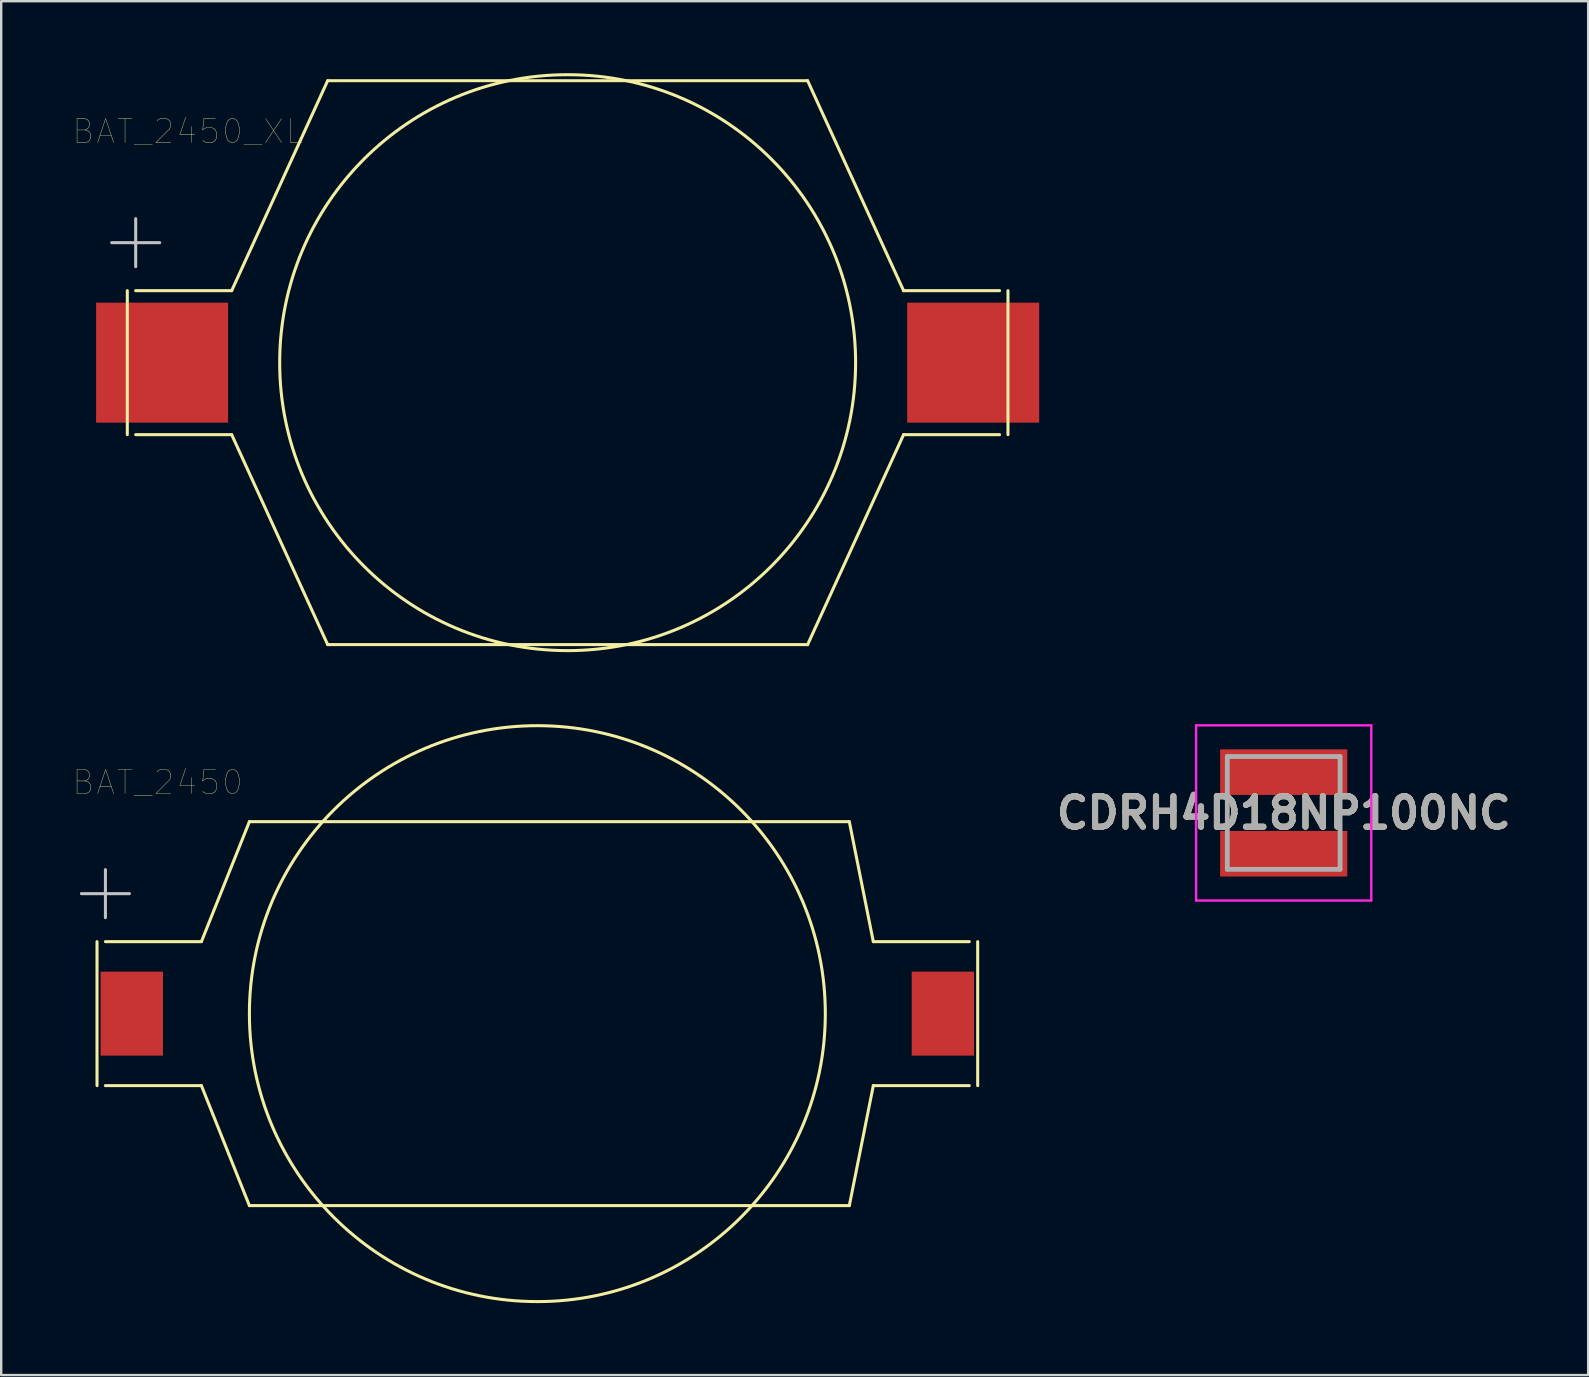
<source format=kicad_pcb>
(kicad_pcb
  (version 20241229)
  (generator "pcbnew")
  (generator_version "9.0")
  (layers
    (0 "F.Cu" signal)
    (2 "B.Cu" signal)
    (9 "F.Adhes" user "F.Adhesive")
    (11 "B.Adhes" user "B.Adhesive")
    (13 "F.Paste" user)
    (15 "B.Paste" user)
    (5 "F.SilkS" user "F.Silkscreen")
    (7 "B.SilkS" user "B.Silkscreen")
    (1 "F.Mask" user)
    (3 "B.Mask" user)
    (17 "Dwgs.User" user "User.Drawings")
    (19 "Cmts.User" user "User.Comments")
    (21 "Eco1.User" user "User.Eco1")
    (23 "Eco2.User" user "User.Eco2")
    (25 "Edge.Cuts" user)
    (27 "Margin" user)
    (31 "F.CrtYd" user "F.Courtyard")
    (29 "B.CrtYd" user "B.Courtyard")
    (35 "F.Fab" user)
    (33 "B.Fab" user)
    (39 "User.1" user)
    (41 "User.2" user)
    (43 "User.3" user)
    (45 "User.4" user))
  (footprint "BAT_2450"
    (layer "F.Cu")
    (at 19.343 39.191)
    (property "Reference" "BAT_2450" (at -15.825 -9.635 0) (layer "F.SilkS") (effects (font (size 1 1) (thickness 0.015))))
    (attr through_hole)
    (fp_line (start -18.35 -3) (end -18.35 3) (stroke (width 0.127) (type solid)) (layer "F.SilkS"))
    (fp_line (start -18 -3) (end -14 -3) (stroke (width 0.127) (type solid)) (layer "F.SilkS"))
    (fp_line (start -18 3) (end -14 3) (stroke (width 0.127) (type solid)) (layer "F.SilkS"))
    (fp_line (start -14 -3) (end -12 -8) (stroke (width 0.127) (type solid)) (layer "F.SilkS"))
    (fp_line (start -14 3) (end -12 8) (stroke (width 0.127) (type solid)) (layer "F.SilkS"))
    (fp_line (start -12 -8) (end 13 -8) (stroke (width 0.127) (type solid)) (layer "F.SilkS"))
    (fp_line (start -12 8) (end 13 8) (stroke (width 0.127) (type solid)) (layer "F.SilkS"))
    (fp_line (start 13 8) (end 14 3) (stroke (width 0.127) (type solid)) (layer "F.SilkS"))
    (fp_line (start 14 -3) (end 13 -8) (stroke (width 0.127) (type solid)) (layer "F.SilkS"))
    (fp_line (start 14 -3) (end 18 -3) (stroke (width 0.127) (type solid)) (layer "F.SilkS"))
    (fp_line (start 18 3) (end 14 3) (stroke (width 0.127) (type solid)) (layer "F.SilkS"))
    (fp_line (start 18.35 -3) (end 18.35 3) (stroke (width 0.127) (type solid)) (layer "F.SilkS"))
    (fp_circle (center 0 0) (end 12 0) (stroke (width 0.127) (type solid)) (fill no) (layer "F.SilkS"))
    (fp_line (start -19 -5) (end -17 -5) (stroke (width 0.127) (type solid)) (layer "Dwgs.User"))
    (fp_line (start -18 -6) (end -18 -4) (stroke (width 0.127) (type solid)) (layer "Dwgs.User"))
    (pad "P$1" smd rect (at -16.9 0) (size 2.6 3.5) (layers "F.Cu" "F.Mask" "F.Paste"))
    (pad "P$2" smd rect (at 16.9 0) (size 2.6 3.5) (layers "F.Cu" "F.Mask" "F.Paste")))
  (footprint "CDRH4D18NP100NC"
    (layer "F.Cu")
    (at 50.445 30.827)
    (property "Reference" "CDRH4D18NP100NC" (at 0 0 0) (layer "F.SilkS") (effects (font (size 1.27 1.27) (thickness 0.254))))
    (attr smd)
    (fp_line (start -2.35 -0.25) (end -2.35 -0.25) (stroke (width 0.1) (type solid)) (layer "F.SilkS"))
    (fp_line (start -2.35 -0.25) (end -2.35 0.25) (stroke (width 0.1) (type solid)) (layer "F.SilkS"))
    (fp_line (start -2.35 0.25) (end -2.35 -0.25) (stroke (width 0.1) (type solid)) (layer "F.SilkS"))
    (fp_line (start -2.35 0.25) (end -2.35 0.25) (stroke (width 0.1) (type solid)) (layer "F.SilkS"))
    (fp_line (start 2.35 -0.25) (end 2.35 -0.25) (stroke (width 0.1) (type solid)) (layer "F.SilkS"))
    (fp_line (start 2.35 -0.25) (end 2.35 0.25) (stroke (width 0.1) (type solid)) (layer "F.SilkS"))
    (fp_line (start 2.35 0.25) (end 2.35 -0.25) (stroke (width 0.1) (type solid)) (layer "F.SilkS"))
    (fp_line (start 2.35 0.25) (end 2.35 0.25) (stroke (width 0.1) (type solid)) (layer "F.SilkS"))
    (fp_line (start -3.65 -3.65) (end 3.65 -3.65) (stroke (width 0.1) (type solid)) (layer "F.CrtYd"))
    (fp_line (start -3.65 3.65) (end -3.65 -3.65) (stroke (width 0.1) (type solid)) (layer "F.CrtYd"))
    (fp_line (start 3.65 -3.65) (end 3.65 3.65) (stroke (width 0.1) (type solid)) (layer "F.CrtYd"))
    (fp_line (start 3.65 3.65) (end -3.65 3.65) (stroke (width 0.1) (type solid)) (layer "F.CrtYd"))
    (fp_line (start -2.35 -2.35) (end -2.35 2.35) (stroke (width 0.2) (type solid)) (layer "F.Fab"))
    (fp_line (start -2.35 2.35) (end 2.35 2.35) (stroke (width 0.2) (type solid)) (layer "F.Fab"))
    (fp_line (start 2.35 -2.35) (end -2.35 -2.35) (stroke (width 0.2) (type solid)) (layer "F.Fab"))
    (fp_line (start 2.35 2.35) (end 2.35 -2.35) (stroke (width 0.2) (type solid)) (layer "F.Fab"))
    (fp_text user "${REFERENCE}" (at 0 0 0) (layer "F.Fab") (effects (font (size 1.27 1.27) (thickness 0.254))))
    (pad "1" smd rect (at 0 1.7 90) (size 1.9 5.3) (layers "F.Cu" "F.Mask" "F.Paste"))
    (pad "2" smd rect (at 0 -1.7 90) (size 1.9 5.3) (layers "F.Cu" "F.Mask" "F.Paste")))
  (footprint "BAT_2450_XL"
    (layer "F.Cu")
    (at 20.605 12.063)
    (property "Reference" "BAT_2450_XL" (at -15.825 -9.635 0) (layer "F.SilkS") (effects (font (size 1 1) (thickness 0.015))))
    (attr through_hole)
    (fp_line (start -18.35 -3) (end -18.35 3) (stroke (width 0.127) (type solid)) (layer "F.SilkS"))
    (fp_line (start -18 -3) (end -14 -3) (stroke (width 0.127) (type solid)) (layer "F.SilkS"))
    (fp_line (start -18 3) (end -14 3) (stroke (width 0.127) (type solid)) (layer "F.SilkS"))
    (fp_line (start -14 -3) (end -10 -11.75) (stroke (width 0.127) (type solid)) (layer "F.SilkS"))
    (fp_line (start -14 3) (end -10 11.75) (stroke (width 0.127) (type solid)) (layer "F.SilkS"))
    (fp_line (start -10 -11.75) (end 10 -11.75) (stroke (width 0.127) (type solid)) (layer "F.SilkS"))
    (fp_line (start -10 11.75) (end 10 11.75) (stroke (width 0.127) (type solid)) (layer "F.SilkS"))
    (fp_line (start 10 11.75) (end 14 3) (stroke (width 0.127) (type solid)) (layer "F.SilkS"))
    (fp_line (start 14 -3) (end 10 -11.75) (stroke (width 0.127) (type solid)) (layer "F.SilkS"))
    (fp_line (start 14 -3) (end 18 -3) (stroke (width 0.127) (type solid)) (layer "F.SilkS"))
    (fp_line (start 18 3) (end 14 3) (stroke (width 0.127) (type solid)) (layer "F.SilkS"))
    (fp_line (start 18.35 -3) (end 18.35 3) (stroke (width 0.127) (type solid)) (layer "F.SilkS"))
    (fp_circle (center 0 0) (end 12 0) (stroke (width 0.127) (type solid)) (fill no) (layer "F.SilkS"))
    (fp_line (start -19 -5) (end -17 -5) (stroke (width 0.127) (type solid)) (layer "Dwgs.User"))
    (fp_line (start -18 -6) (end -18 -4) (stroke (width 0.127) (type solid)) (layer "Dwgs.User"))
    (pad "P$1" smd rect (at -16.9 0) (size 5.5 5) (layers "F.Cu" "F.Mask" "F.Paste"))
    (pad "P$2" smd rect (at 16.9 0) (size 5.5 5) (layers "F.Cu" "F.Mask" "F.Paste")))
  (gr_rect
    (start -3 -3)
    (end 63.133 54.254)
    (stroke (width 0.1) (type default))
    (fill no)
    (layer "Edge.Cuts")))
</source>
